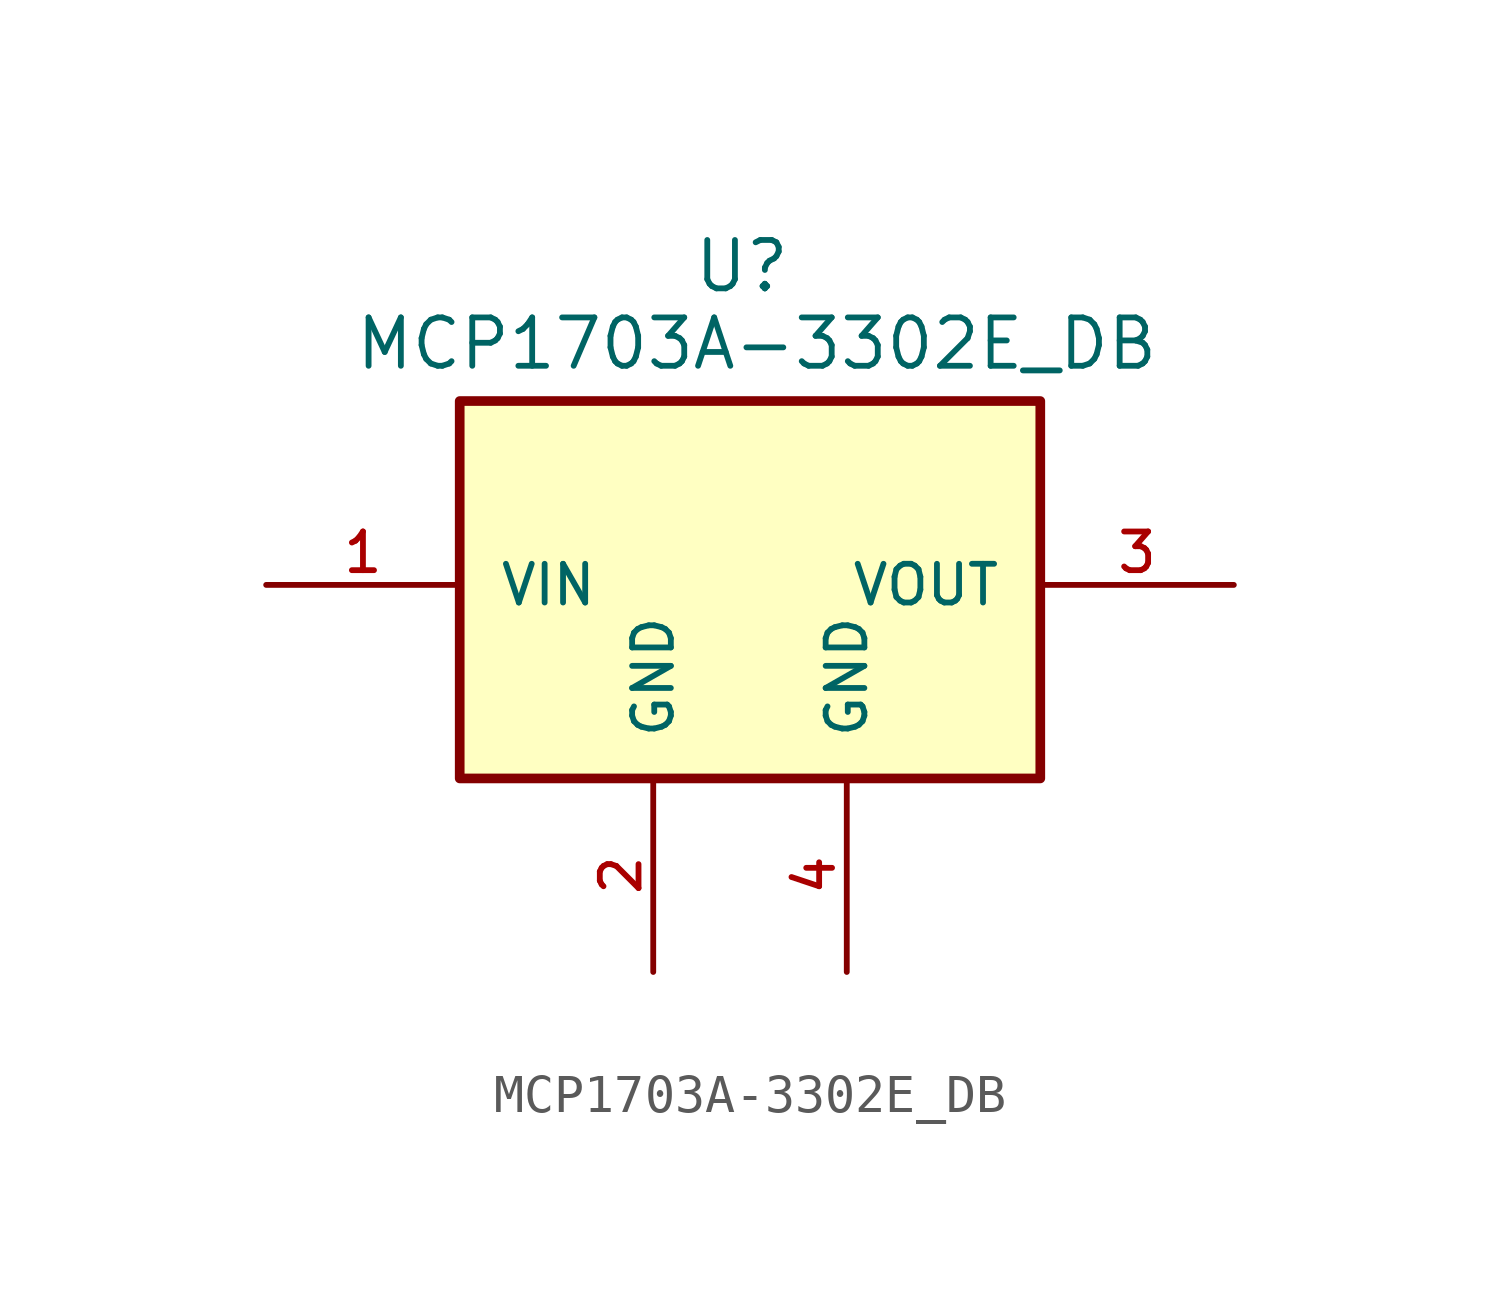
<source format=kicad_sym>
(kicad_symbol_lib
  (version 20220914)
  (generator kicad_symbol_editor)
  (symbol "MCP1703A-3302E_DB"
    (pin_names
      (offset 1.016))
    (property "Reference" "U"
      (at -1.524 7.62 0)
      (effects (font (size 1.27 1.27)) (justify left bottom)))
    (property "Value" "MCP1703A-3302E_DB"
      (at -10.414 5.588 0)
      (effects (font (size 1.27 1.27)) (justify left bottom)))
    (symbol "MCP1703A-3302E_DB_1_0"
      (pin power_in line (at -12.7 0 0) (length 5.08) (name "VIN" (effects (font (size 1.016 1.016)))) (number "1" (effects (font (size 1.016 1.016)))))
      (pin passive line (at -2.54 -10.16 90) (length 5.08) (name "GND" (effects (font (size 1.016 1.016)))) (number "2" (effects (font (size 1.016 1.016)))))
      (pin power_out line (at 12.7 0 180) (length 5.08) (name "VOUT" (effects (font (size 1.016 1.016)))) (number "3" (effects (font (size 1.016 1.016)))))
      (pin passive line (at 2.54 -10.16 90) (length 5.08) (name "GND" (effects (font (size 1.016 1.016)))) (number "4" (effects (font (size 1.016 1.016))))))
    (symbol "MCP1703A-3302E_DB_1_1"
      (rectangle (start -7.62 4.826) (end 7.62 -5.08) (stroke (width 0.254) (type default)) (fill (type background))))))
</source>
